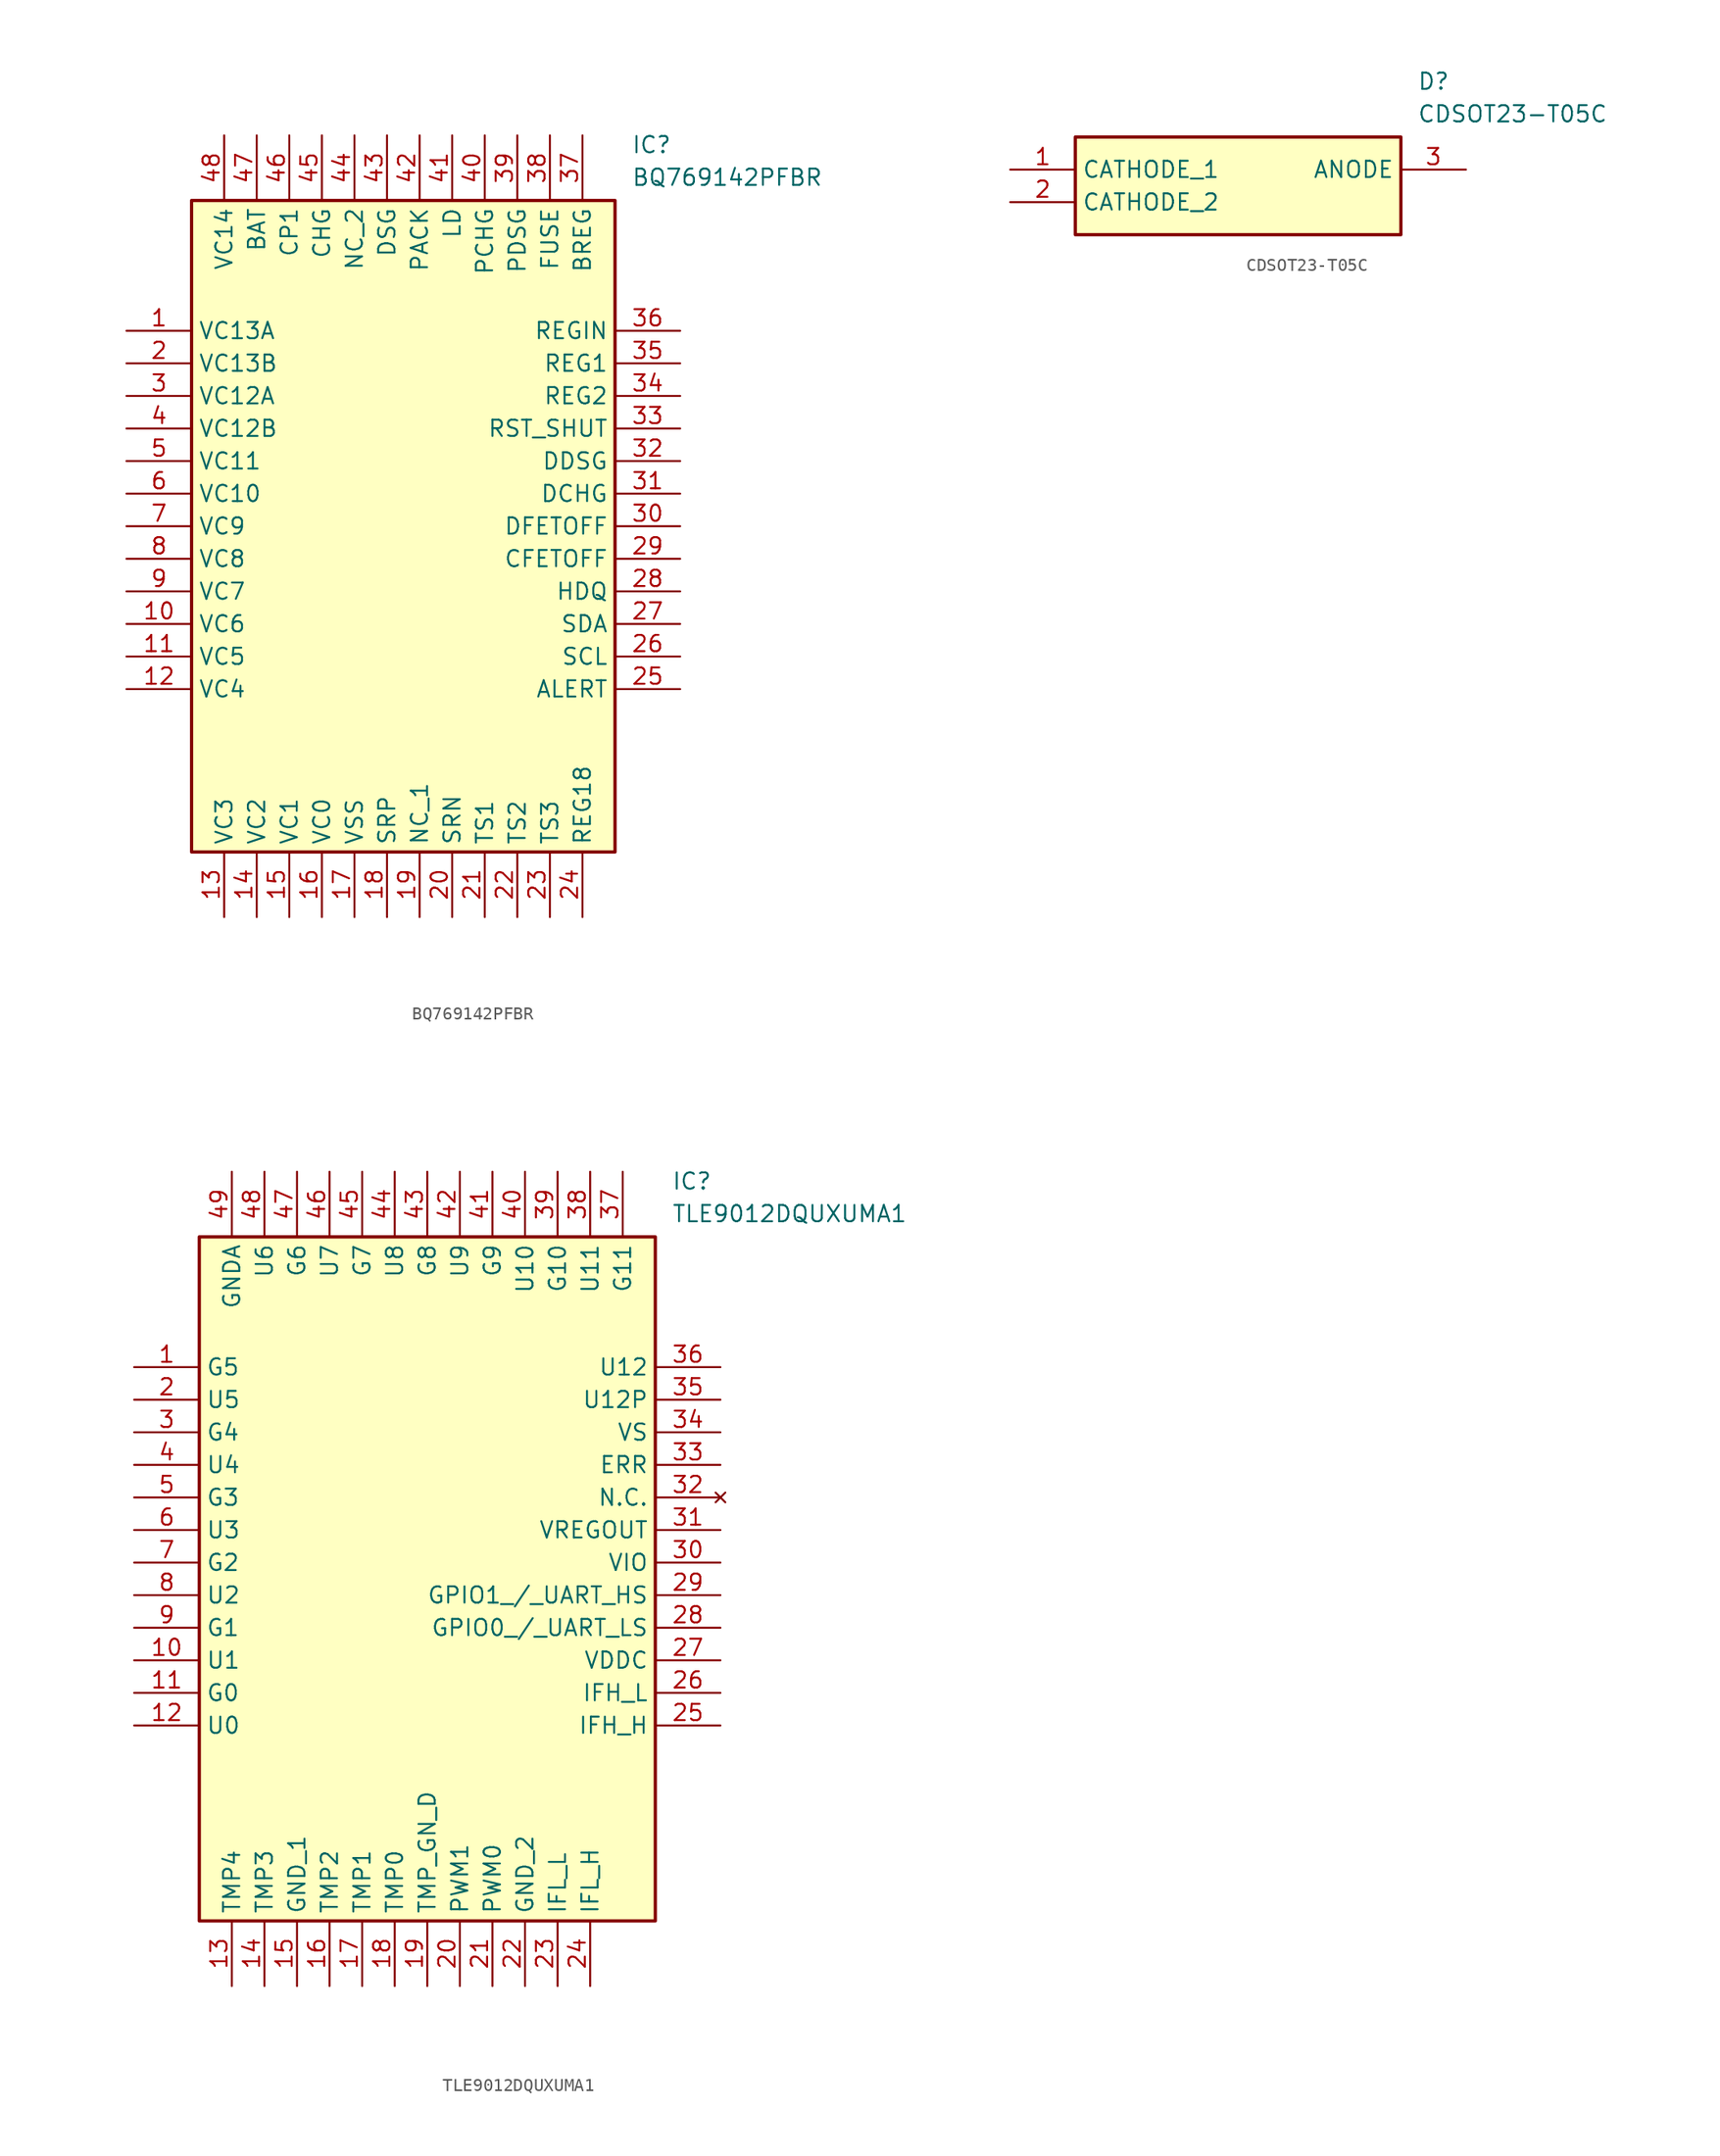
<source format=kicad_sym>
(kicad_symbol_lib
  (version 20220914)
  (generator SamacSys_ECAD_Model)
  (symbol "BQ769142PFBR"
    (property "Reference" "IC"
      (at 39.37 15.24 0)
      (effects (font (size 1.27 1.27)) (justify left top)))
    (property "Value" "BQ769142PFBR"
      (at 39.37 12.7 0)
      (effects (font (size 1.27 1.27)) (justify left top)))
    (rectangle
      (start 5.08 10.16)
      (end 38.1 -40.64)
      (stroke (width 0.254) (type default))
      (fill (type background)))
    (pin passive line
      (at 0 0 0)
      (length 5.08)
      (name "VC13A" (effects (font (size 1.27 1.27))))
      (number "1" (effects (font (size 1.27 1.27)))))
    (pin passive line
      (at 0 -2.54 0)
      (length 5.08)
      (name "VC13B" (effects (font (size 1.27 1.27))))
      (number "2" (effects (font (size 1.27 1.27)))))
    (pin passive line
      (at 0 -5.08 0)
      (length 5.08)
      (name "VC12A" (effects (font (size 1.27 1.27))))
      (number "3" (effects (font (size 1.27 1.27)))))
    (pin passive line
      (at 0 -7.62 0)
      (length 5.08)
      (name "VC12B" (effects (font (size 1.27 1.27))))
      (number "4" (effects (font (size 1.27 1.27)))))
    (pin passive line
      (at 0 -10.16 0)
      (length 5.08)
      (name "VC11" (effects (font (size 1.27 1.27))))
      (number "5" (effects (font (size 1.27 1.27)))))
    (pin passive line
      (at 0 -12.7 0)
      (length 5.08)
      (name "VC10" (effects (font (size 1.27 1.27))))
      (number "6" (effects (font (size 1.27 1.27)))))
    (pin passive line
      (at 0 -15.24 0)
      (length 5.08)
      (name "VC9" (effects (font (size 1.27 1.27))))
      (number "7" (effects (font (size 1.27 1.27)))))
    (pin passive line
      (at 0 -17.78 0)
      (length 5.08)
      (name "VC8" (effects (font (size 1.27 1.27))))
      (number "8" (effects (font (size 1.27 1.27)))))
    (pin passive line
      (at 0 -20.32 0)
      (length 5.08)
      (name "VC7" (effects (font (size 1.27 1.27))))
      (number "9" (effects (font (size 1.27 1.27)))))
    (pin passive line
      (at 0 -22.86 0)
      (length 5.08)
      (name "VC6" (effects (font (size 1.27 1.27))))
      (number "10" (effects (font (size 1.27 1.27)))))
    (pin passive line
      (at 0 -25.4 0)
      (length 5.08)
      (name "VC5" (effects (font (size 1.27 1.27))))
      (number "11" (effects (font (size 1.27 1.27)))))
    (pin passive line
      (at 0 -27.94 0)
      (length 5.08)
      (name "VC4" (effects (font (size 1.27 1.27))))
      (number "12" (effects (font (size 1.27 1.27)))))
    (pin passive line
      (at 7.62 -45.72 90)
      (length 5.08)
      (name "VC3" (effects (font (size 1.27 1.27))))
      (number "13" (effects (font (size 1.27 1.27)))))
    (pin passive line
      (at 10.16 -45.72 90)
      (length 5.08)
      (name "VC2" (effects (font (size 1.27 1.27))))
      (number "14" (effects (font (size 1.27 1.27)))))
    (pin passive line
      (at 12.7 -45.72 90)
      (length 5.08)
      (name "VC1" (effects (font (size 1.27 1.27))))
      (number "15" (effects (font (size 1.27 1.27)))))
    (pin passive line
      (at 15.24 -45.72 90)
      (length 5.08)
      (name "VC0" (effects (font (size 1.27 1.27))))
      (number "16" (effects (font (size 1.27 1.27)))))
    (pin passive line
      (at 17.78 -45.72 90)
      (length 5.08)
      (name "VSS" (effects (font (size 1.27 1.27))))
      (number "17" (effects (font (size 1.27 1.27)))))
    (pin passive line
      (at 20.32 -45.72 90)
      (length 5.08)
      (name "SRP" (effects (font (size 1.27 1.27))))
      (number "18" (effects (font (size 1.27 1.27)))))
    (pin passive line
      (at 22.86 -45.72 90)
      (length 5.08)
      (name "NC_1" (effects (font (size 1.27 1.27))))
      (number "19" (effects (font (size 1.27 1.27)))))
    (pin passive line
      (at 25.4 -45.72 90)
      (length 5.08)
      (name "SRN" (effects (font (size 1.27 1.27))))
      (number "20" (effects (font (size 1.27 1.27)))))
    (pin passive line
      (at 27.94 -45.72 90)
      (length 5.08)
      (name "TS1" (effects (font (size 1.27 1.27))))
      (number "21" (effects (font (size 1.27 1.27)))))
    (pin passive line
      (at 30.48 -45.72 90)
      (length 5.08)
      (name "TS2" (effects (font (size 1.27 1.27))))
      (number "22" (effects (font (size 1.27 1.27)))))
    (pin passive line
      (at 33.02 -45.72 90)
      (length 5.08)
      (name "TS3" (effects (font (size 1.27 1.27))))
      (number "23" (effects (font (size 1.27 1.27)))))
    (pin passive line
      (at 35.56 -45.72 90)
      (length 5.08)
      (name "REG18" (effects (font (size 1.27 1.27))))
      (number "24" (effects (font (size 1.27 1.27)))))
    (pin passive line
      (at 43.18 0 180)
      (length 5.08)
      (name "REGIN" (effects (font (size 1.27 1.27))))
      (number "36" (effects (font (size 1.27 1.27)))))
    (pin passive line
      (at 43.18 -2.54 180)
      (length 5.08)
      (name "REG1" (effects (font (size 1.27 1.27))))
      (number "35" (effects (font (size 1.27 1.27)))))
    (pin passive line
      (at 43.18 -5.08 180)
      (length 5.08)
      (name "REG2" (effects (font (size 1.27 1.27))))
      (number "34" (effects (font (size 1.27 1.27)))))
    (pin passive line
      (at 43.18 -7.62 180)
      (length 5.08)
      (name "RST_SHUT" (effects (font (size 1.27 1.27))))
      (number "33" (effects (font (size 1.27 1.27)))))
    (pin passive line
      (at 43.18 -10.16 180)
      (length 5.08)
      (name "DDSG" (effects (font (size 1.27 1.27))))
      (number "32" (effects (font (size 1.27 1.27)))))
    (pin passive line
      (at 43.18 -12.7 180)
      (length 5.08)
      (name "DCHG" (effects (font (size 1.27 1.27))))
      (number "31" (effects (font (size 1.27 1.27)))))
    (pin passive line
      (at 43.18 -15.24 180)
      (length 5.08)
      (name "DFETOFF" (effects (font (size 1.27 1.27))))
      (number "30" (effects (font (size 1.27 1.27)))))
    (pin passive line
      (at 43.18 -17.78 180)
      (length 5.08)
      (name "CFETOFF" (effects (font (size 1.27 1.27))))
      (number "29" (effects (font (size 1.27 1.27)))))
    (pin passive line
      (at 43.18 -20.32 180)
      (length 5.08)
      (name "HDQ" (effects (font (size 1.27 1.27))))
      (number "28" (effects (font (size 1.27 1.27)))))
    (pin passive line
      (at 43.18 -22.86 180)
      (length 5.08)
      (name "SDA" (effects (font (size 1.27 1.27))))
      (number "27" (effects (font (size 1.27 1.27)))))
    (pin passive line
      (at 43.18 -25.4 180)
      (length 5.08)
      (name "SCL" (effects (font (size 1.27 1.27))))
      (number "26" (effects (font (size 1.27 1.27)))))
    (pin passive line
      (at 43.18 -27.94 180)
      (length 5.08)
      (name "ALERT" (effects (font (size 1.27 1.27))))
      (number "25" (effects (font (size 1.27 1.27)))))
    (pin passive line
      (at 7.62 15.24 270)
      (length 5.08)
      (name "VC14" (effects (font (size 1.27 1.27))))
      (number "48" (effects (font (size 1.27 1.27)))))
    (pin passive line
      (at 10.16 15.24 270)
      (length 5.08)
      (name "BAT" (effects (font (size 1.27 1.27))))
      (number "47" (effects (font (size 1.27 1.27)))))
    (pin passive line
      (at 12.7 15.24 270)
      (length 5.08)
      (name "CP1" (effects (font (size 1.27 1.27))))
      (number "46" (effects (font (size 1.27 1.27)))))
    (pin passive line
      (at 15.24 15.24 270)
      (length 5.08)
      (name "CHG" (effects (font (size 1.27 1.27))))
      (number "45" (effects (font (size 1.27 1.27)))))
    (pin passive line
      (at 17.78 15.24 270)
      (length 5.08)
      (name "NC_2" (effects (font (size 1.27 1.27))))
      (number "44" (effects (font (size 1.27 1.27)))))
    (pin passive line
      (at 20.32 15.24 270)
      (length 5.08)
      (name "DSG" (effects (font (size 1.27 1.27))))
      (number "43" (effects (font (size 1.27 1.27)))))
    (pin passive line
      (at 22.86 15.24 270)
      (length 5.08)
      (name "PACK" (effects (font (size 1.27 1.27))))
      (number "42" (effects (font (size 1.27 1.27)))))
    (pin passive line
      (at 25.4 15.24 270)
      (length 5.08)
      (name "LD" (effects (font (size 1.27 1.27))))
      (number "41" (effects (font (size 1.27 1.27)))))
    (pin passive line
      (at 27.94 15.24 270)
      (length 5.08)
      (name "PCHG" (effects (font (size 1.27 1.27))))
      (number "40" (effects (font (size 1.27 1.27)))))
    (pin passive line
      (at 30.48 15.24 270)
      (length 5.08)
      (name "PDSG" (effects (font (size 1.27 1.27))))
      (number "39" (effects (font (size 1.27 1.27)))))
    (pin passive line
      (at 33.02 15.24 270)
      (length 5.08)
      (name "FUSE" (effects (font (size 1.27 1.27))))
      (number "38" (effects (font (size 1.27 1.27)))))
    (pin passive line
      (at 35.56 15.24 270)
      (length 5.08)
      (name "BREG" (effects (font (size 1.27 1.27))))
      (number "37" (effects (font (size 1.27 1.27))))))
  (symbol "CDSOT23-T05C"
    (property "Reference" "D"
      (at 31.75 7.62 0)
      (effects (font (size 1.27 1.27)) (justify left top)))
    (property "Value" "CDSOT23-T05C"
      (at 31.75 5.08 0)
      (effects (font (size 1.27 1.27)) (justify left top)))
    (rectangle
      (start 5.08 2.54)
      (end 30.48 -5.08)
      (stroke (width 0.254) (type default))
      (fill (type background)))
    (pin passive line
      (at 0 0 0)
      (length 5.08)
      (name "CATHODE_1" (effects (font (size 1.27 1.27))))
      (number "1" (effects (font (size 1.27 1.27)))))
    (pin passive line
      (at 0 -2.54 0)
      (length 5.08)
      (name "CATHODE_2" (effects (font (size 1.27 1.27))))
      (number "2" (effects (font (size 1.27 1.27)))))
    (pin passive line
      (at 35.56 0 180)
      (length 5.08)
      (name "ANODE" (effects (font (size 1.27 1.27))))
      (number "3" (effects (font (size 1.27 1.27))))))
  (symbol "TLE9012DQUXUMA1"
    (property "Reference" "IC"
      (at 41.91 15.24 0)
      (effects (font (size 1.27 1.27)) (justify left top)))
    (property "Value" "TLE9012DQUXUMA1"
      (at 41.91 12.7 0)
      (effects (font (size 1.27 1.27)) (justify left top)))
    (rectangle
      (start 5.08 10.16)
      (end 40.64 -43.18)
      (stroke (width 0.254) (type default))
      (fill (type background)))
    (pin passive line
      (at 0 0 0)
      (length 5.08)
      (name "G5" (effects (font (size 1.27 1.27))))
      (number "1" (effects (font (size 1.27 1.27)))))
    (pin passive line
      (at 0 -2.54 0)
      (length 5.08)
      (name "U5" (effects (font (size 1.27 1.27))))
      (number "2" (effects (font (size 1.27 1.27)))))
    (pin passive line
      (at 0 -5.08 0)
      (length 5.08)
      (name "G4" (effects (font (size 1.27 1.27))))
      (number "3" (effects (font (size 1.27 1.27)))))
    (pin passive line
      (at 0 -7.62 0)
      (length 5.08)
      (name "U4" (effects (font (size 1.27 1.27))))
      (number "4" (effects (font (size 1.27 1.27)))))
    (pin passive line
      (at 0 -10.16 0)
      (length 5.08)
      (name "G3" (effects (font (size 1.27 1.27))))
      (number "5" (effects (font (size 1.27 1.27)))))
    (pin passive line
      (at 0 -12.7 0)
      (length 5.08)
      (name "U3" (effects (font (size 1.27 1.27))))
      (number "6" (effects (font (size 1.27 1.27)))))
    (pin passive line
      (at 0 -15.24 0)
      (length 5.08)
      (name "G2" (effects (font (size 1.27 1.27))))
      (number "7" (effects (font (size 1.27 1.27)))))
    (pin passive line
      (at 0 -17.78 0)
      (length 5.08)
      (name "U2" (effects (font (size 1.27 1.27))))
      (number "8" (effects (font (size 1.27 1.27)))))
    (pin passive line
      (at 0 -20.32 0)
      (length 5.08)
      (name "G1" (effects (font (size 1.27 1.27))))
      (number "9" (effects (font (size 1.27 1.27)))))
    (pin passive line
      (at 0 -22.86 0)
      (length 5.08)
      (name "U1" (effects (font (size 1.27 1.27))))
      (number "10" (effects (font (size 1.27 1.27)))))
    (pin passive line
      (at 0 -25.4 0)
      (length 5.08)
      (name "G0" (effects (font (size 1.27 1.27))))
      (number "11" (effects (font (size 1.27 1.27)))))
    (pin passive line
      (at 0 -27.94 0)
      (length 5.08)
      (name "U0" (effects (font (size 1.27 1.27))))
      (number "12" (effects (font (size 1.27 1.27)))))
    (pin passive line
      (at 7.62 -48.26 90)
      (length 5.08)
      (name "TMP4" (effects (font (size 1.27 1.27))))
      (number "13" (effects (font (size 1.27 1.27)))))
    (pin passive line
      (at 10.16 -48.26 90)
      (length 5.08)
      (name "TMP3" (effects (font (size 1.27 1.27))))
      (number "14" (effects (font (size 1.27 1.27)))))
    (pin passive line
      (at 12.7 -48.26 90)
      (length 5.08)
      (name "GND_1" (effects (font (size 1.27 1.27))))
      (number "15" (effects (font (size 1.27 1.27)))))
    (pin passive line
      (at 15.24 -48.26 90)
      (length 5.08)
      (name "TMP2" (effects (font (size 1.27 1.27))))
      (number "16" (effects (font (size 1.27 1.27)))))
    (pin passive line
      (at 17.78 -48.26 90)
      (length 5.08)
      (name "TMP1" (effects (font (size 1.27 1.27))))
      (number "17" (effects (font (size 1.27 1.27)))))
    (pin passive line
      (at 20.32 -48.26 90)
      (length 5.08)
      (name "TMP0" (effects (font (size 1.27 1.27))))
      (number "18" (effects (font (size 1.27 1.27)))))
    (pin passive line
      (at 22.86 -48.26 90)
      (length 5.08)
      (name "TMP_GN_D" (effects (font (size 1.27 1.27))))
      (number "19" (effects (font (size 1.27 1.27)))))
    (pin passive line
      (at 25.4 -48.26 90)
      (length 5.08)
      (name "PWM1" (effects (font (size 1.27 1.27))))
      (number "20" (effects (font (size 1.27 1.27)))))
    (pin passive line
      (at 27.94 -48.26 90)
      (length 5.08)
      (name "PWM0" (effects (font (size 1.27 1.27))))
      (number "21" (effects (font (size 1.27 1.27)))))
    (pin passive line
      (at 30.48 -48.26 90)
      (length 5.08)
      (name "GND_2" (effects (font (size 1.27 1.27))))
      (number "22" (effects (font (size 1.27 1.27)))))
    (pin passive line
      (at 33.02 -48.26 90)
      (length 5.08)
      (name "IFL_L" (effects (font (size 1.27 1.27))))
      (number "23" (effects (font (size 1.27 1.27)))))
    (pin passive line
      (at 35.56 -48.26 90)
      (length 5.08)
      (name "IFL_H" (effects (font (size 1.27 1.27))))
      (number "24" (effects (font (size 1.27 1.27)))))
    (pin passive line
      (at 45.72 0 180)
      (length 5.08)
      (name "U12" (effects (font (size 1.27 1.27))))
      (number "36" (effects (font (size 1.27 1.27)))))
    (pin passive line
      (at 45.72 -2.54 180)
      (length 5.08)
      (name "U12P" (effects (font (size 1.27 1.27))))
      (number "35" (effects (font (size 1.27 1.27)))))
    (pin passive line
      (at 45.72 -5.08 180)
      (length 5.08)
      (name "VS" (effects (font (size 1.27 1.27))))
      (number "34" (effects (font (size 1.27 1.27)))))
    (pin passive line
      (at 45.72 -7.62 180)
      (length 5.08)
      (name "ERR" (effects (font (size 1.27 1.27))))
      (number "33" (effects (font (size 1.27 1.27)))))
    (pin no_connect line
      (at 45.72 -10.16 180)
      (length 5.08)
      (name "N.C." (effects (font (size 1.27 1.27))))
      (number "32" (effects (font (size 1.27 1.27)))))
    (pin passive line
      (at 45.72 -12.7 180)
      (length 5.08)
      (name "VREGOUT" (effects (font (size 1.27 1.27))))
      (number "31" (effects (font (size 1.27 1.27)))))
    (pin passive line
      (at 45.72 -15.24 180)
      (length 5.08)
      (name "VIO" (effects (font (size 1.27 1.27))))
      (number "30" (effects (font (size 1.27 1.27)))))
    (pin passive line
      (at 45.72 -17.78 180)
      (length 5.08)
      (name "GPIO1_/_UART_HS" (effects (font (size 1.27 1.27))))
      (number "29" (effects (font (size 1.27 1.27)))))
    (pin passive line
      (at 45.72 -20.32 180)
      (length 5.08)
      (name "GPIO0_/_UART_LS" (effects (font (size 1.27 1.27))))
      (number "28" (effects (font (size 1.27 1.27)))))
    (pin passive line
      (at 45.72 -22.86 180)
      (length 5.08)
      (name "VDDC" (effects (font (size 1.27 1.27))))
      (number "27" (effects (font (size 1.27 1.27)))))
    (pin passive line
      (at 45.72 -25.4 180)
      (length 5.08)
      (name "IFH_L" (effects (font (size 1.27 1.27))))
      (number "26" (effects (font (size 1.27 1.27)))))
    (pin passive line
      (at 45.72 -27.94 180)
      (length 5.08)
      (name "IFH_H" (effects (font (size 1.27 1.27))))
      (number "25" (effects (font (size 1.27 1.27)))))
    (pin passive line
      (at 7.62 15.24 270)
      (length 5.08)
      (name "GNDA" (effects (font (size 1.27 1.27))))
      (number "49" (effects (font (size 1.27 1.27)))))
    (pin passive line
      (at 10.16 15.24 270)
      (length 5.08)
      (name "U6" (effects (font (size 1.27 1.27))))
      (number "48" (effects (font (size 1.27 1.27)))))
    (pin passive line
      (at 12.7 15.24 270)
      (length 5.08)
      (name "G6" (effects (font (size 1.27 1.27))))
      (number "47" (effects (font (size 1.27 1.27)))))
    (pin passive line
      (at 15.24 15.24 270)
      (length 5.08)
      (name "U7" (effects (font (size 1.27 1.27))))
      (number "46" (effects (font (size 1.27 1.27)))))
    (pin passive line
      (at 17.78 15.24 270)
      (length 5.08)
      (name "G7" (effects (font (size 1.27 1.27))))
      (number "45" (effects (font (size 1.27 1.27)))))
    (pin passive line
      (at 20.32 15.24 270)
      (length 5.08)
      (name "U8" (effects (font (size 1.27 1.27))))
      (number "44" (effects (font (size 1.27 1.27)))))
    (pin passive line
      (at 22.86 15.24 270)
      (length 5.08)
      (name "G8" (effects (font (size 1.27 1.27))))
      (number "43" (effects (font (size 1.27 1.27)))))
    (pin passive line
      (at 25.4 15.24 270)
      (length 5.08)
      (name "U9" (effects (font (size 1.27 1.27))))
      (number "42" (effects (font (size 1.27 1.27)))))
    (pin passive line
      (at 27.94 15.24 270)
      (length 5.08)
      (name "G9" (effects (font (size 1.27 1.27))))
      (number "41" (effects (font (size 1.27 1.27)))))
    (pin passive line
      (at 30.48 15.24 270)
      (length 5.08)
      (name "U10" (effects (font (size 1.27 1.27))))
      (number "40" (effects (font (size 1.27 1.27)))))
    (pin passive line
      (at 33.02 15.24 270)
      (length 5.08)
      (name "G10" (effects (font (size 1.27 1.27))))
      (number "39" (effects (font (size 1.27 1.27)))))
    (pin passive line
      (at 35.56 15.24 270)
      (length 5.08)
      (name "U11" (effects (font (size 1.27 1.27))))
      (number "38" (effects (font (size 1.27 1.27)))))
    (pin passive line
      (at 38.1 15.24 270)
      (length 5.08)
      (name "G11" (effects (font (size 1.27 1.27))))
      (number "37" (effects (font (size 1.27 1.27)))))))
</source>
